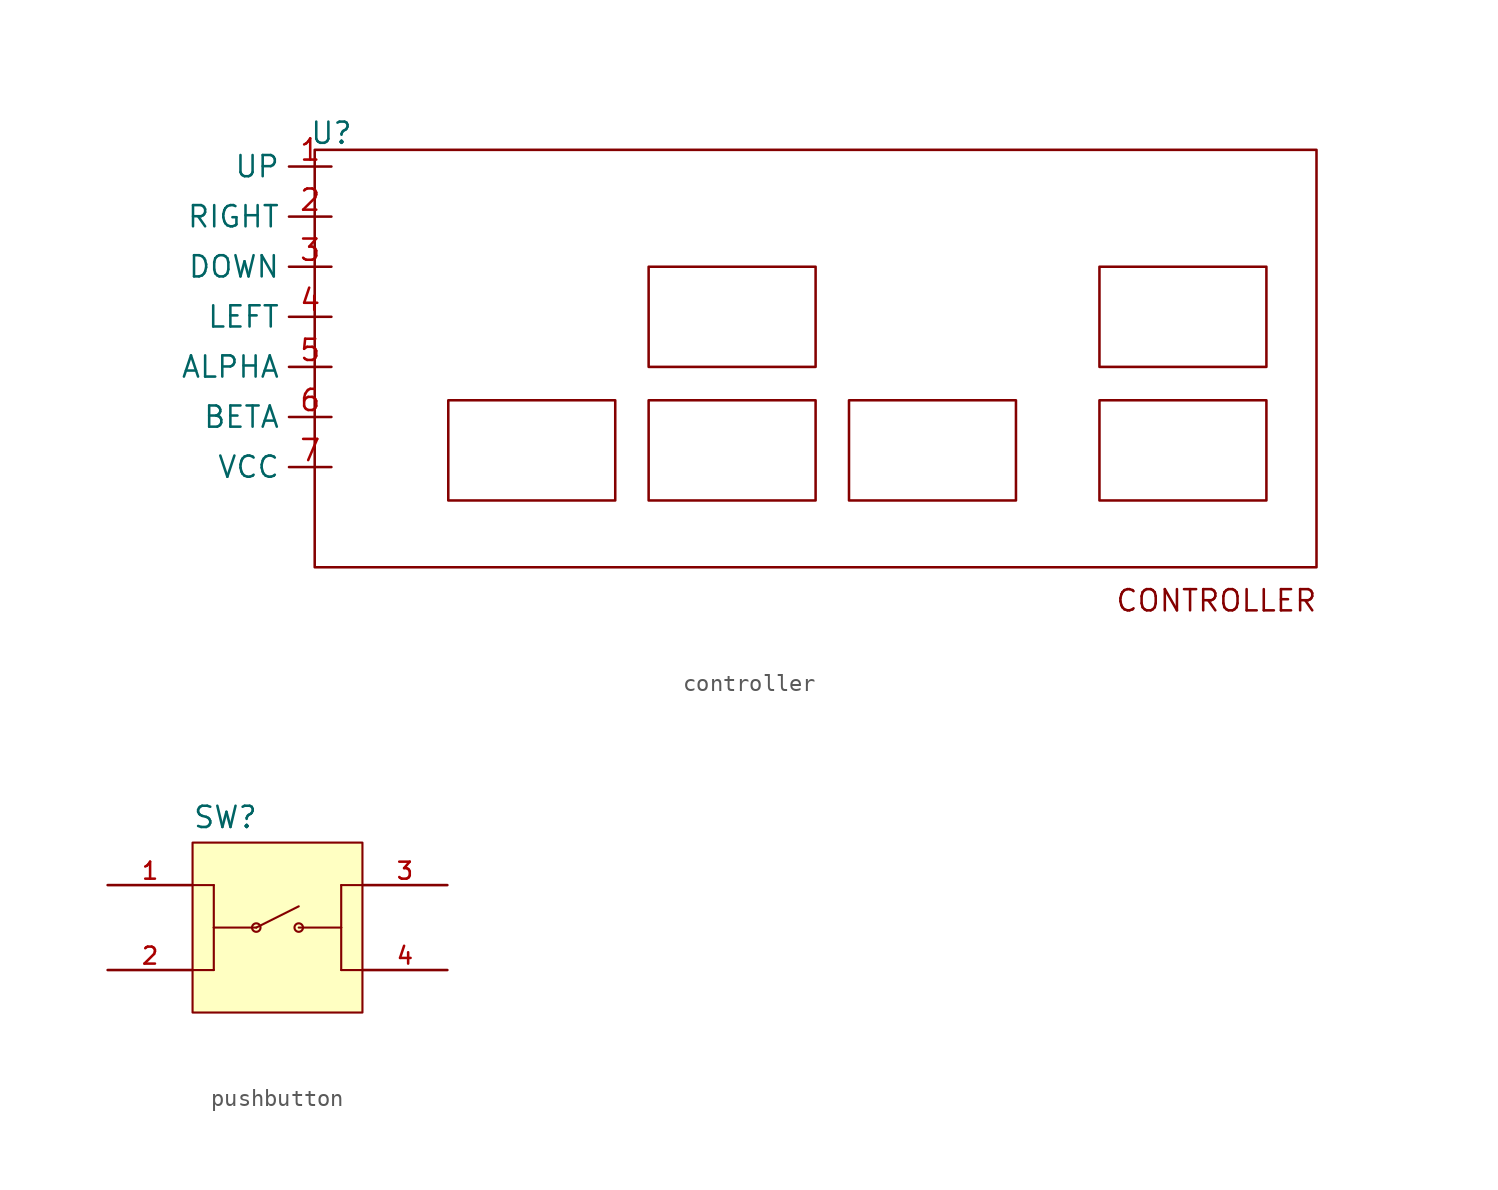
<source format=kicad_sym>
(kicad_symbol_lib
  (version 20231120)
  (generator "kicad_symbol_editor")
  (generator_version "8.0")
  (symbol "controller"
    (property "Reference" "U"
      (at 1 26 0)
      (effects (font (size 1.27 1.27))))
    (property "Value" ""
      (at 54 26 0)
      (effects (font (size 1.27 1.27))))
    (symbol "controller_0_1"
      (rectangle (start 0 0) (end 60 25) (stroke (width 0) (type default)) (fill (type none)))
      (rectangle (start 8 4) (end 18 10) (stroke (width 0) (type default)) (fill (type none)))
      (rectangle (start 20 10) (end 30 4) (stroke (width 0) (type default)) (fill (type none)))
      (rectangle (start 20 12) (end 30 18) (stroke (width 0) (type default)) (fill (type none)))
      (rectangle (start 32 10) (end 42 4) (stroke (width 0) (type default)) (fill (type none)))
      (rectangle (start 47 10) (end 57 4) (stroke (width 0) (type default)) (fill (type none)))
      (rectangle (start 47 12) (end 57 18) (stroke (width 0) (type default)) (fill (type none))))
    (symbol "controller_1_1"
      (text "CONTROLLER" (at 54 -2 0) (effects (font (size 1.27 1.27))))
      (pin input line (at 1 24 180) (length 2.54) (name "UP" (effects (font (size 1.27 1.27)))) (number "1" (effects (font (size 1.27 1.27)))))
      (pin input line (at 1 21 180) (length 2.54) (name "RIGHT" (effects (font (size 1.27 1.27)))) (number "2" (effects (font (size 1.27 1.27)))))
      (pin input line (at 1 18 180) (length 2.54) (name "DOWN" (effects (font (size 1.27 1.27)))) (number "3" (effects (font (size 1.27 1.27)))))
      (pin input line (at 1 15 180) (length 2.54) (name "LEFT" (effects (font (size 1.27 1.27)))) (number "4" (effects (font (size 1.27 1.27)))))
      (pin input line (at 1 12 180) (length 2.54) (name "ALPHA" (effects (font (size 1.27 1.27)))) (number "5" (effects (font (size 1.27 1.27)))))
      (pin input line (at 1 9 180) (length 2.54) (name "BETA" (effects (font (size 1.27 1.27)))) (number "6" (effects (font (size 1.27 1.27)))))
      (pin input line (at 1 6 180) (length 2.54) (name "VCC" (effects (font (size 1.27 1.27)))) (number "7" (effects (font (size 1.27 1.27)))))))
  (symbol "pushbutton"
    (pin_names
      (offset 1.016))
    (property "Reference" "SW"
      (at -5.09 5.853 0)
      (effects (font (size 1.27 1.27)) (justify left bottom)))
    (property "Value" ""
      (at -5.088 -7.633 0)
      (effects (font (size 1.27 1.27)) (justify left bottom)))
    (symbol "pushbutton_0_0"
      (rectangle (start -5.08 -5.08) (end 5.08 5.08) (stroke (width 0.127) (type default)) (fill (type background)))
      (circle (center -1.27 0) (radius 0.254) (stroke (width 0.127) (type default)) (fill (type none)))
      (polyline (pts (xy -5.08 2.54) (xy -3.81 2.54)) (stroke (width 0.127) (type default)) (fill (type none)))
      (polyline (pts (xy -3.81 -2.54) (xy -5.08 -2.54)) (stroke (width 0.127) (type default)) (fill (type none)))
      (polyline (pts (xy -3.81 0) (xy -3.81 -2.54)) (stroke (width 0.127) (type default)) (fill (type none)))
      (polyline (pts (xy -3.81 0) (xy -1.27 0)) (stroke (width 0.127) (type default)) (fill (type none)))
      (polyline (pts (xy -3.81 2.54) (xy -3.81 0)) (stroke (width 0.127) (type default)) (fill (type none)))
      (polyline (pts (xy -1.27 0) (xy 1.27 1.27)) (stroke (width 0.127) (type default)) (fill (type none)))
      (polyline (pts (xy 1.27 0) (xy 3.81 0)) (stroke (width 0.127) (type default)) (fill (type none)))
      (polyline (pts (xy 3.81 -2.54) (xy 5.08 -2.54)) (stroke (width 0.127) (type default)) (fill (type none)))
      (polyline (pts (xy 3.81 0) (xy 3.81 -2.54)) (stroke (width 0.127) (type default)) (fill (type none)))
      (polyline (pts (xy 3.81 0) (xy 3.81 2.54)) (stroke (width 0.127) (type default)) (fill (type none)))
      (polyline (pts (xy 3.81 2.54) (xy 5.08 2.54)) (stroke (width 0.127) (type default)) (fill (type none)))
      (circle (center 1.27 0) (radius 0.254) (stroke (width 0.127) (type default)) (fill (type none)))
      (pin passive line (at -10.16 2.54 0) (length 5.08) (name "~" (effects (font (size 1.016 1.016)))) (number "1" (effects (font (size 1.016 1.016)))))
      (pin passive line (at -10.16 -2.54 0) (length 5.08) (name "~" (effects (font (size 1.016 1.016)))) (number "2" (effects (font (size 1.016 1.016)))))
      (pin passive line (at 10.16 2.54 180) (length 5.08) (name "~" (effects (font (size 1.016 1.016)))) (number "3" (effects (font (size 1.016 1.016)))))
      (pin passive line (at 10.16 -2.54 180) (length 5.08) (name "~" (effects (font (size 1.016 1.016)))) (number "4" (effects (font (size 1.016 1.016))))))))
</source>
